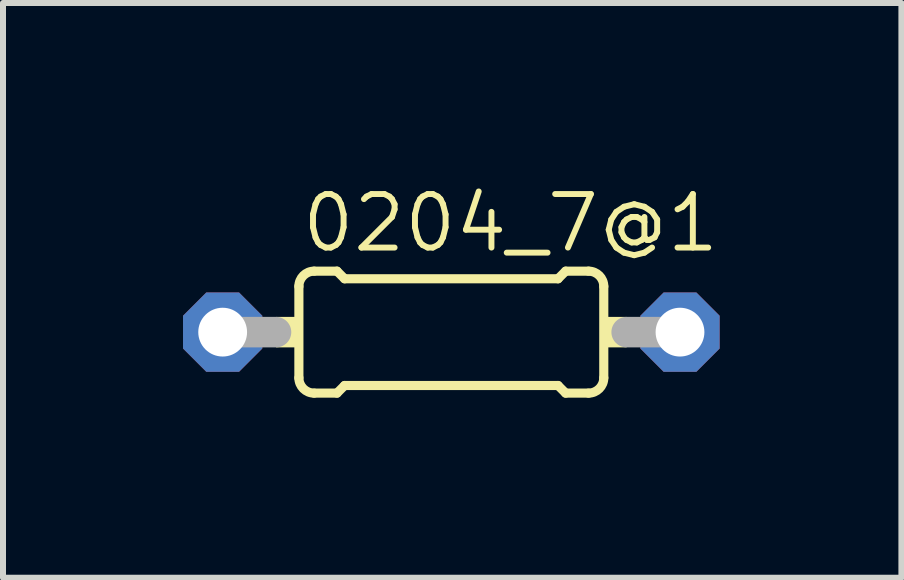
<source format=kicad_pcb>
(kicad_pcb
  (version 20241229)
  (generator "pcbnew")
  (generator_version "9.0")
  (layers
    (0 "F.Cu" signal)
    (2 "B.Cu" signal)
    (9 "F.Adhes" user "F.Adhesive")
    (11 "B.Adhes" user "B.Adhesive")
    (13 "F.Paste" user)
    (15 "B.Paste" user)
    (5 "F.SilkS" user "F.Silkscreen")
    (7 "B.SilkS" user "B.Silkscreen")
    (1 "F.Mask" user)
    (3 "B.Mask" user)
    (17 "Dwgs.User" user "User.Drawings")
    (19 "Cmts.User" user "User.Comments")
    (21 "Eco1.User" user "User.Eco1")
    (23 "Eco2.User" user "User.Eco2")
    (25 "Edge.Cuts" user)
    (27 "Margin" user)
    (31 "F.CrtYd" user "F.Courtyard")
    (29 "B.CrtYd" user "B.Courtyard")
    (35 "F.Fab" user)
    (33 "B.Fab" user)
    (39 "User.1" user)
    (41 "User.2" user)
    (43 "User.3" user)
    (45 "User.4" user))
  (footprint "0204_7@1"
    (layer "F.Cu")
    (at 4.47 2.484)
    (property "Reference" "0204_7@1" (at -2.54 -1.295 0) (layer "F.SilkS") (effects (font (size 0.892 0.892) (thickness 0.099)) (justify left bottom)))
    (fp_line (start -2.54 0.762) (end -2.54 -0.762) (stroke (width 0.152) (type solid)) (layer "F.SilkS"))
    (fp_line (start -2.286 -1.016) (end -1.905 -1.016) (stroke (width 0.152) (type solid)) (layer "F.SilkS"))
    (fp_line (start -2.286 1.016) (end -1.905 1.016) (stroke (width 0.152) (type solid)) (layer "F.SilkS"))
    (fp_line (start -1.778 -0.889) (end -1.905 -1.016) (stroke (width 0.152) (type solid)) (layer "F.SilkS"))
    (fp_line (start -1.778 0.889) (end -1.905 1.016) (stroke (width 0.152) (type solid)) (layer "F.SilkS"))
    (fp_line (start 1.778 -0.889) (end -1.778 -0.889) (stroke (width 0.152) (type solid)) (layer "F.SilkS"))
    (fp_line (start 1.778 -0.889) (end 1.905 -1.016) (stroke (width 0.152) (type solid)) (layer "F.SilkS"))
    (fp_line (start 1.778 0.889) (end -1.778 0.889) (stroke (width 0.152) (type solid)) (layer "F.SilkS"))
    (fp_line (start 1.778 0.889) (end 1.905 1.016) (stroke (width 0.152) (type solid)) (layer "F.SilkS"))
    (fp_line (start 2.286 -1.016) (end 1.905 -1.016) (stroke (width 0.152) (type solid)) (layer "F.SilkS"))
    (fp_line (start 2.286 1.016) (end 1.905 1.016) (stroke (width 0.152) (type solid)) (layer "F.SilkS"))
    (fp_line (start 2.54 0.762) (end 2.54 -0.762) (stroke (width 0.152) (type solid)) (layer "F.SilkS"))
    (fp_arc (start -2.54 -0.762) (mid -2.465605 -0.941605) (end -2.286 -1.016) (stroke (width 0.1524) (type solid)) (layer "F.SilkS"))
    (fp_arc (start -2.286 1.016) (mid -2.465605 0.941605) (end -2.54 0.762) (stroke (width 0.1524) (type solid)) (layer "F.SilkS"))
    (fp_arc (start 2.286 -1.016) (mid 2.465605 -0.941605) (end 2.54 -0.762) (stroke (width 0.1524) (type solid)) (layer "F.SilkS"))
    (fp_arc (start 2.54 0.762) (mid 2.465605 0.941605) (end 2.286 1.016) (stroke (width 0.1524) (type solid)) (layer "F.SilkS"))
    (fp_poly (pts (xy -2.921 0.254) (xy -2.54 0.254) (xy -2.54 -0.254) (xy -2.921 -0.254)) (stroke (width 0) (type default)) (fill yes) (layer "F.SilkS"))
    (fp_poly (pts (xy 2.54 0.254) (xy 2.921 0.254) (xy 2.921 -0.254) (xy 2.54 -0.254)) (stroke (width 0) (type default)) (fill yes) (layer "F.SilkS"))
    (fp_line (start -3.81 0) (end -2.921 0) (stroke (width 0.508) (type solid)) (layer "F.Fab"))
    (fp_line (start 3.81 0) (end 2.921 0) (stroke (width 0.508) (type solid)) (layer "F.Fab"))
    (pad "1" thru_hole roundrect (at -3.81 0) (size 1.321 1.321) (drill 0.813) (layers "*.Cu" "*.Mask") (roundrect_rratio 0.25) (chamfer_ratio 0.293) (chamfer top_left top_right bottom_left bottom_right))
    (pad "2" thru_hole roundrect (at 3.81 0) (size 1.321 1.321) (drill 0.813) (layers "*.Cu" "*.Mask") (roundrect_rratio 0.25) (chamfer_ratio 0.293) (chamfer top_left top_right bottom_left bottom_right)))
  (gr_rect
    (start -3 -3)
    (end 11.969 6.576)
    (stroke (width 0.1) (type default))
    (fill no)
    (layer "Edge.Cuts")))
</source>
